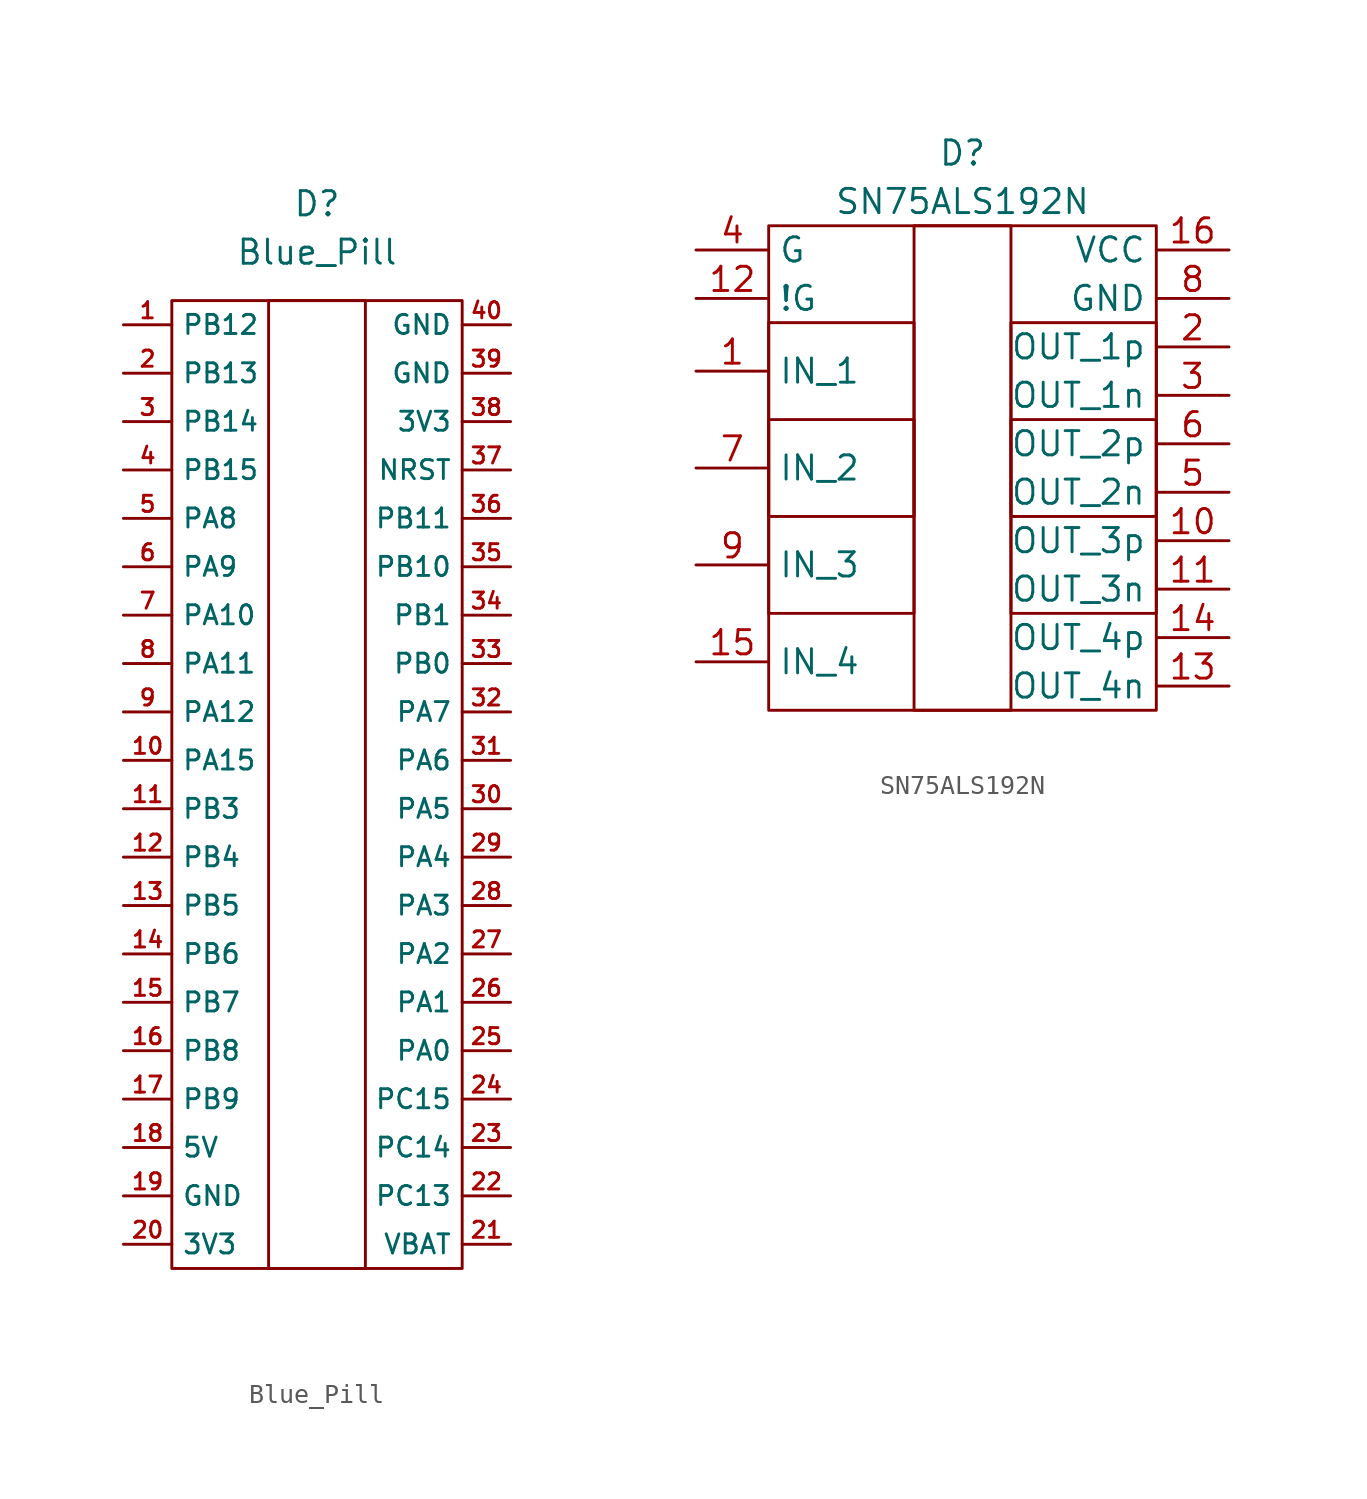
<source format=kicad_sym>
(kicad_symbol_lib
  (version 20211014)
  (generator kicad_symbol_editor)
  (symbol "Blue_Pill"
    (property "Reference" "D"
      (at 0 24.13 0)
      (effects (font (size 1.27 1.27))))
    (property "Value" "Blue_Pill"
      (at 0 21.59 0)
      (effects (font (size 1.27 1.27))))
    (symbol "Blue_Pill_0_1"
      (rectangle (start -7.62 19.05) (end 7.62 -31.75) (stroke (width 0) (type default) (color 0 0 0 0)) (fill (type none)))
      (rectangle (start -2.54 19.05) (end 2.54 -31.75) (stroke (width 0) (type default) (color 0 0 0 0)) (fill (type none))))
    (symbol "Blue_Pill_1_1"
      (pin bidirectional line (at -10.16 17.78 0) (length 2.54) (name "PB12" (effects (font (size 1 1)))) (number "1" (effects (font (size 0.847 0.847)))))
      (pin bidirectional line (at -10.16 -5.08 0) (length 2.54) (name "PA15" (effects (font (size 1 1)))) (number "10" (effects (font (size 0.847 0.847)))))
      (pin bidirectional line (at -10.16 -7.62 0) (length 2.54) (name "PB3" (effects (font (size 1 1)))) (number "11" (effects (font (size 0.847 0.847)))))
      (pin bidirectional line (at -10.16 -10.16 0) (length 2.54) (name "PB4" (effects (font (size 1 1)))) (number "12" (effects (font (size 0.847 0.847)))))
      (pin bidirectional line (at -10.16 -12.7 0) (length 2.54) (name "PB5" (effects (font (size 1 1)))) (number "13" (effects (font (size 0.847 0.847)))))
      (pin bidirectional line (at -10.16 -15.24 0) (length 2.54) (name "PB6" (effects (font (size 1 1)))) (number "14" (effects (font (size 0.847 0.847)))))
      (pin bidirectional line (at -10.16 -17.78 0) (length 2.54) (name "PB7" (effects (font (size 1 1)))) (number "15" (effects (font (size 0.847 0.847)))))
      (pin bidirectional line (at -10.16 -20.32 0) (length 2.54) (name "PB8" (effects (font (size 1 1)))) (number "16" (effects (font (size 0.847 0.847)))))
      (pin bidirectional line (at -10.16 -22.86 0) (length 2.54) (name "PB9" (effects (font (size 1 1)))) (number "17" (effects (font (size 0.847 0.847)))))
      (pin power_in line (at -10.16 -25.4 0) (length 2.54) (name "5V" (effects (font (size 1 1)))) (number "18" (effects (font (size 0.847 0.847)))))
      (pin power_in line (at -10.16 -27.94 0) (length 2.54) (name "GND" (effects (font (size 1 1)))) (number "19" (effects (font (size 0.847 0.847)))))
      (pin bidirectional line (at -10.16 15.24 0) (length 2.54) (name "PB13" (effects (font (size 1 1)))) (number "2" (effects (font (size 0.847 0.847)))))
      (pin power_in line (at -10.16 -30.48 0) (length 2.54) (name "3V3" (effects (font (size 1 1)))) (number "20" (effects (font (size 0.847 0.847)))))
      (pin power_in line (at 10.16 -30.48 180) (length 2.54) (name "VBAT" (effects (font (size 1 1)))) (number "21" (effects (font (size 0.847 0.847)))))
      (pin bidirectional line (at 10.16 -27.94 180) (length 2.54) (name "PC13" (effects (font (size 1 1)))) (number "22" (effects (font (size 0.847 0.847)))))
      (pin bidirectional line (at 10.16 -25.4 180) (length 2.54) (name "PC14" (effects (font (size 1 1)))) (number "23" (effects (font (size 0.847 0.847)))))
      (pin bidirectional line (at 10.16 -22.86 180) (length 2.54) (name "PC15" (effects (font (size 1 1)))) (number "24" (effects (font (size 0.847 0.847)))))
      (pin bidirectional line (at 10.16 -20.32 180) (length 2.54) (name "PA0" (effects (font (size 1 1)))) (number "25" (effects (font (size 0.847 0.847)))))
      (pin bidirectional line (at 10.16 -17.78 180) (length 2.54) (name "PA1" (effects (font (size 1 1)))) (number "26" (effects (font (size 0.847 0.847)))))
      (pin bidirectional line (at 10.16 -15.24 180) (length 2.54) (name "PA2" (effects (font (size 1 1)))) (number "27" (effects (font (size 0.847 0.847)))))
      (pin bidirectional line (at 10.16 -12.7 180) (length 2.54) (name "PA3" (effects (font (size 1 1)))) (number "28" (effects (font (size 0.847 0.847)))))
      (pin bidirectional line (at 10.16 -10.16 180) (length 2.54) (name "PA4" (effects (font (size 1 1)))) (number "29" (effects (font (size 0.847 0.847)))))
      (pin bidirectional line (at -10.16 12.7 0) (length 2.54) (name "PB14" (effects (font (size 1 1)))) (number "3" (effects (font (size 0.847 0.847)))))
      (pin bidirectional line (at 10.16 -7.62 180) (length 2.54) (name "PA5" (effects (font (size 1 1)))) (number "30" (effects (font (size 0.847 0.847)))))
      (pin bidirectional line (at 10.16 -5.08 180) (length 2.54) (name "PA6" (effects (font (size 1 1)))) (number "31" (effects (font (size 0.847 0.847)))))
      (pin bidirectional line (at 10.16 -2.54 180) (length 2.54) (name "PA7" (effects (font (size 1 1)))) (number "32" (effects (font (size 0.847 0.847)))))
      (pin bidirectional line (at 10.16 0 180) (length 2.54) (name "PB0" (effects (font (size 1 1)))) (number "33" (effects (font (size 0.847 0.847)))))
      (pin bidirectional line (at 10.16 2.54 180) (length 2.54) (name "PB1" (effects (font (size 1 1)))) (number "34" (effects (font (size 0.847 0.847)))))
      (pin bidirectional line (at 10.16 5.08 180) (length 2.54) (name "PB10" (effects (font (size 1 1)))) (number "35" (effects (font (size 0.847 0.847)))))
      (pin bidirectional line (at 10.16 7.62 180) (length 2.54) (name "PB11" (effects (font (size 1 1)))) (number "36" (effects (font (size 0.847 0.847)))))
      (pin input line (at 10.16 10.16 180) (length 2.54) (name "NRST" (effects (font (size 1 1)))) (number "37" (effects (font (size 0.847 0.847)))))
      (pin power_in line (at 10.16 12.7 180) (length 2.54) (name "3V3" (effects (font (size 1 1)))) (number "38" (effects (font (size 0.847 0.847)))))
      (pin power_in line (at 10.16 15.24 180) (length 2.54) (name "GND" (effects (font (size 1 1)))) (number "39" (effects (font (size 0.847 0.847)))))
      (pin bidirectional line (at -10.16 10.16 0) (length 2.54) (name "PB15" (effects (font (size 1 1)))) (number "4" (effects (font (size 0.847 0.847)))))
      (pin power_in line (at 10.16 17.78 180) (length 2.54) (name "GND" (effects (font (size 1 1)))) (number "40" (effects (font (size 0.847 0.847)))))
      (pin bidirectional line (at -10.16 7.62 0) (length 2.54) (name "PA8" (effects (font (size 1 1)))) (number "5" (effects (font (size 0.847 0.847)))))
      (pin bidirectional line (at -10.16 5.08 0) (length 2.54) (name "PA9" (effects (font (size 1 1)))) (number "6" (effects (font (size 0.847 0.847)))))
      (pin bidirectional line (at -10.16 2.54 0) (length 2.54) (name "PA10" (effects (font (size 1 1)))) (number "7" (effects (font (size 0.847 0.847)))))
      (pin bidirectional line (at -10.16 0 0) (length 2.54) (name "PA11" (effects (font (size 1 1)))) (number "8" (effects (font (size 0.847 0.847)))))
      (pin bidirectional line (at -10.16 -2.54 0) (length 2.54) (name "PA12" (effects (font (size 1 1)))) (number "9" (effects (font (size 0.847 0.847)))))))
  (symbol "SN75ALS192N"
    (property "Reference" "D"
      (at 0 1.27 0)
      (effects (font (size 1.27 1.27))))
    (property "Value" "SN75ALS192N"
      (at 0 -1.27 0)
      (effects (font (size 1.27 1.27))))
    (symbol "SN75ALS192N_0_1"
      (rectangle (start -10.16 -12.7) (end -2.54 -17.78) (stroke (width 0) (type default) (color 0 0 0 0)) (fill (type none)))
      (rectangle (start -10.16 -7.62) (end -2.54 -22.86) (stroke (width 0) (type default) (color 0 0 0 0)) (fill (type none)))
      (rectangle (start -10.16 -2.54) (end 10.16 -27.94) (stroke (width 0) (type default) (color 0 0 0 0)) (fill (type none)))
      (rectangle (start -2.54 -2.54) (end 2.54 -27.94) (stroke (width 0) (type default) (color 0 0 0 0)) (fill (type none)))
      (rectangle (start 2.54 -12.7) (end 10.16 -17.78) (stroke (width 0) (type default) (color 0 0 0 0)) (fill (type none)))
      (rectangle (start 2.54 -7.62) (end 10.16 -22.86) (stroke (width 0) (type default) (color 0 0 0 0)) (fill (type none))))
    (symbol "SN75ALS192N_1_1"
      (pin input line (at -13.97 -10.16 0) (length 3.81) (name "IN_1" (effects (font (size 1.27 1.27)))) (number "1" (effects (font (size 1.27 1.27)))))
      (pin tri_state line (at 13.97 -19.05 180) (length 3.81) (name "OUT_3p" (effects (font (size 1.27 1.27)))) (number "10" (effects (font (size 1.27 1.27)))))
      (pin tri_state line (at 13.97 -21.59 180) (length 3.81) (name "OUT_3n" (effects (font (size 1.27 1.27)))) (number "11" (effects (font (size 1.27 1.27)))))
      (pin input line (at -13.97 -6.35 0) (length 3.81) (name "!G" (effects (font (size 1.27 1.27)))) (number "12" (effects (font (size 1.27 1.27)))))
      (pin tri_state line (at 13.97 -26.67 180) (length 3.81) (name "OUT_4n" (effects (font (size 1.27 1.27)))) (number "13" (effects (font (size 1.27 1.27)))))
      (pin tri_state line (at 13.97 -24.13 180) (length 3.81) (name "OUT_4p" (effects (font (size 1.27 1.27)))) (number "14" (effects (font (size 1.27 1.27)))))
      (pin input line (at -13.97 -25.4 0) (length 3.81) (name "IN_4" (effects (font (size 1.27 1.27)))) (number "15" (effects (font (size 1.27 1.27)))))
      (pin power_in line (at 13.97 -3.81 180) (length 3.81) (name "VCC" (effects (font (size 1.27 1.27)))) (number "16" (effects (font (size 1.27 1.27)))))
      (pin tri_state line (at 13.97 -8.89 180) (length 3.81) (name "OUT_1p" (effects (font (size 1.27 1.27)))) (number "2" (effects (font (size 1.27 1.27)))))
      (pin tri_state line (at 13.97 -11.43 180) (length 3.81) (name "OUT_1n" (effects (font (size 1.27 1.27)))) (number "3" (effects (font (size 1.27 1.27)))))
      (pin input line (at -13.97 -3.81 0) (length 3.81) (name "G" (effects (font (size 1.27 1.27)))) (number "4" (effects (font (size 1.27 1.27)))))
      (pin tri_state line (at 13.97 -16.51 180) (length 3.81) (name "OUT_2n" (effects (font (size 1.27 1.27)))) (number "5" (effects (font (size 1.27 1.27)))))
      (pin tri_state line (at 13.97 -13.97 180) (length 3.81) (name "OUT_2p" (effects (font (size 1.27 1.27)))) (number "6" (effects (font (size 1.27 1.27)))))
      (pin input line (at -13.97 -15.24 0) (length 3.81) (name "IN_2" (effects (font (size 1.27 1.27)))) (number "7" (effects (font (size 1.27 1.27)))))
      (pin power_in line (at 13.97 -6.35 180) (length 3.81) (name "GND" (effects (font (size 1.27 1.27)))) (number "8" (effects (font (size 1.27 1.27)))))
      (pin input line (at -13.97 -20.32 0) (length 3.81) (name "IN_3" (effects (font (size 1.27 1.27)))) (number "9" (effects (font (size 1.27 1.27))))))))
</source>
